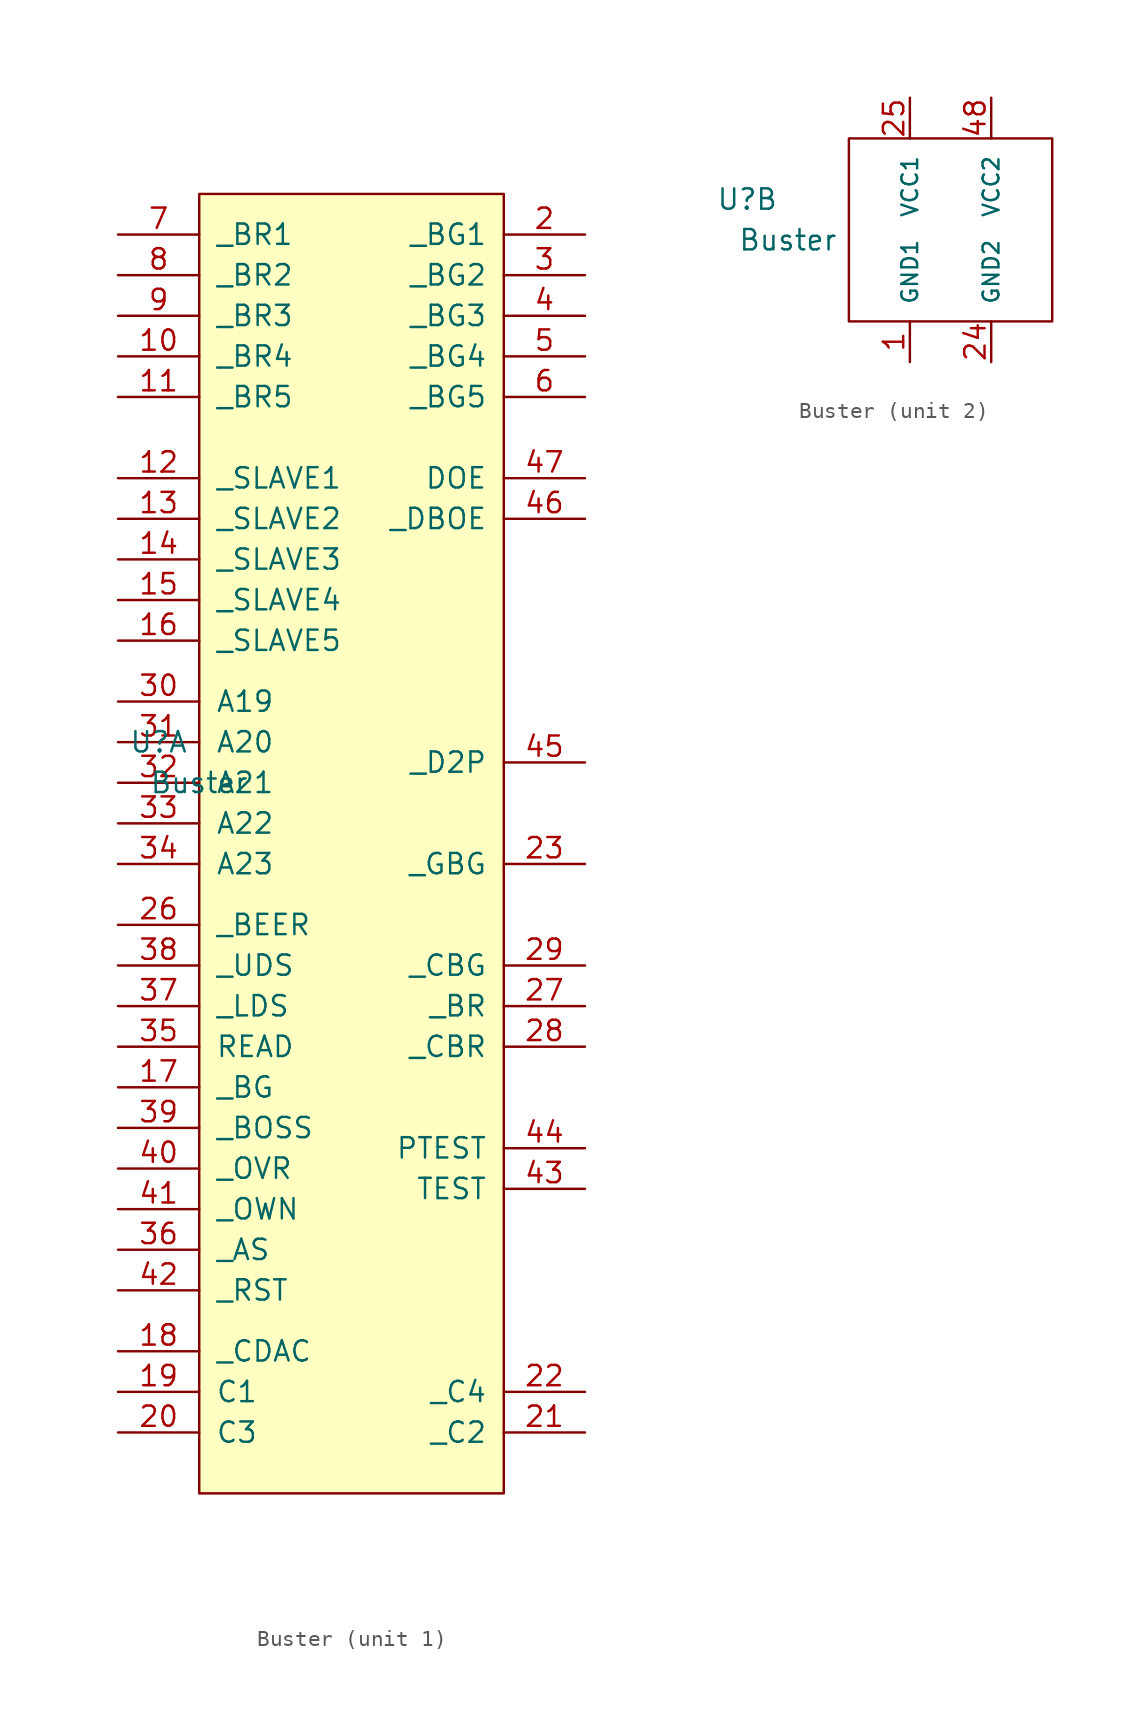
<source format=kicad_sym>
(kicad_symbol_lib
  (version 20220914)
  (generator kicad_symbol_editor)
  (symbol "Buster"
    (pin_names
      (offset 1.016))
    (property "Reference" "U"
      (at -12.7 2.54 0)
      (effects (font (size 1.27 1.27))))
    (property "Value" "Buster"
      (at -10.16 0 0)
      (effects (font (size 1.27 1.27))))
    (property "ki_locked" ""
      (at 0 0 0)
      (effects (font (size 1.27 1.27))))
    (symbol "Buster_1_1"
      (rectangle (start -10.16 36.83) (end 8.89 -44.45) (stroke (width 0) (type solid)) (fill (type background)))
      (pin input line (at -15.24 26.67 0) (length 5.08) (name "_BR4" (effects (font (size 1.27 1.27)))) (number "10" (effects (font (size 1.27 1.27)))))
      (pin input line (at -15.24 24.13 0) (length 5.08) (name "_BR5" (effects (font (size 1.27 1.27)))) (number "11" (effects (font (size 1.27 1.27)))))
      (pin input line (at -15.24 19.05 0) (length 5.08) (name "_SLAVE1" (effects (font (size 1.27 1.27)))) (number "12" (effects (font (size 1.27 1.27)))))
      (pin input line (at -15.24 16.51 0) (length 5.08) (name "_SLAVE2" (effects (font (size 1.27 1.27)))) (number "13" (effects (font (size 1.27 1.27)))))
      (pin input line (at -15.24 13.97 0) (length 5.08) (name "_SLAVE3" (effects (font (size 1.27 1.27)))) (number "14" (effects (font (size 1.27 1.27)))))
      (pin input line (at -15.24 11.43 0) (length 5.08) (name "_SLAVE4" (effects (font (size 1.27 1.27)))) (number "15" (effects (font (size 1.27 1.27)))))
      (pin input line (at -15.24 8.89 0) (length 5.08) (name "_SLAVE5" (effects (font (size 1.27 1.27)))) (number "16" (effects (font (size 1.27 1.27)))))
      (pin input line (at -15.24 -19.05 0) (length 5.08) (name "_BG" (effects (font (size 1.27 1.27)))) (number "17" (effects (font (size 1.27 1.27)))))
      (pin input line (at -15.24 -35.56 0) (length 5.08) (name "_CDAC" (effects (font (size 1.27 1.27)))) (number "18" (effects (font (size 1.27 1.27)))))
      (pin input line (at -15.24 -38.1 0) (length 5.08) (name "C1" (effects (font (size 1.27 1.27)))) (number "19" (effects (font (size 1.27 1.27)))))
      (pin output line (at 13.97 34.29 180) (length 5.08) (name "_BG1" (effects (font (size 1.27 1.27)))) (number "2" (effects (font (size 1.27 1.27)))))
      (pin input line (at -15.24 -40.64 0) (length 5.08) (name "C3" (effects (font (size 1.27 1.27)))) (number "20" (effects (font (size 1.27 1.27)))))
      (pin output line (at 13.97 -40.64 180) (length 5.08) (name "_C2" (effects (font (size 1.27 1.27)))) (number "21" (effects (font (size 1.27 1.27)))))
      (pin output line (at 13.97 -38.1 180) (length 5.08) (name "_C4" (effects (font (size 1.27 1.27)))) (number "22" (effects (font (size 1.27 1.27)))))
      (pin output line (at 13.97 -5.08 180) (length 5.08) (name "_GBG" (effects (font (size 1.27 1.27)))) (number "23" (effects (font (size 1.27 1.27)))))
      (pin input line (at -15.24 -8.89 0) (length 5.08) (name "_BEER" (effects (font (size 1.27 1.27)))) (number "26" (effects (font (size 1.27 1.27)))))
      (pin output line (at 13.97 -13.97 180) (length 5.08) (name "_BR" (effects (font (size 1.27 1.27)))) (number "27" (effects (font (size 1.27 1.27)))))
      (pin bidirectional line (at 13.97 -16.51 180) (length 5.08) (name "_CBR" (effects (font (size 1.27 1.27)))) (number "28" (effects (font (size 1.27 1.27)))))
      (pin bidirectional line (at 13.97 -11.43 180) (length 5.08) (name "_CBG" (effects (font (size 1.27 1.27)))) (number "29" (effects (font (size 1.27 1.27)))))
      (pin output line (at 13.97 31.75 180) (length 5.08) (name "_BG2" (effects (font (size 1.27 1.27)))) (number "3" (effects (font (size 1.27 1.27)))))
      (pin input line (at -15.24 5.08 0) (length 5.08) (name "A19" (effects (font (size 1.27 1.27)))) (number "30" (effects (font (size 1.27 1.27)))))
      (pin input line (at -15.24 2.54 0) (length 5.08) (name "A20" (effects (font (size 1.27 1.27)))) (number "31" (effects (font (size 1.27 1.27)))))
      (pin input line (at -15.24 0 0) (length 5.08) (name "A21" (effects (font (size 1.27 1.27)))) (number "32" (effects (font (size 1.27 1.27)))))
      (pin input line (at -15.24 -2.54 0) (length 5.08) (name "A22" (effects (font (size 1.27 1.27)))) (number "33" (effects (font (size 1.27 1.27)))))
      (pin input line (at -15.24 -5.08 0) (length 5.08) (name "A23" (effects (font (size 1.27 1.27)))) (number "34" (effects (font (size 1.27 1.27)))))
      (pin input line (at -15.24 -16.51 0) (length 5.08) (name "READ" (effects (font (size 1.27 1.27)))) (number "35" (effects (font (size 1.27 1.27)))))
      (pin input line (at -15.24 -29.21 0) (length 5.08) (name "_AS" (effects (font (size 1.27 1.27)))) (number "36" (effects (font (size 1.27 1.27)))))
      (pin input line (at -15.24 -13.97 0) (length 5.08) (name "_LDS" (effects (font (size 1.27 1.27)))) (number "37" (effects (font (size 1.27 1.27)))))
      (pin input line (at -15.24 -11.43 0) (length 5.08) (name "_UDS" (effects (font (size 1.27 1.27)))) (number "38" (effects (font (size 1.27 1.27)))))
      (pin input line (at -15.24 -21.59 0) (length 5.08) (name "_BOSS" (effects (font (size 1.27 1.27)))) (number "39" (effects (font (size 1.27 1.27)))))
      (pin output line (at 13.97 29.21 180) (length 5.08) (name "_BG3" (effects (font (size 1.27 1.27)))) (number "4" (effects (font (size 1.27 1.27)))))
      (pin input line (at -15.24 -24.13 0) (length 5.08) (name "_OVR" (effects (font (size 1.27 1.27)))) (number "40" (effects (font (size 1.27 1.27)))))
      (pin input line (at -15.24 -26.67 0) (length 5.08) (name "_OWN" (effects (font (size 1.27 1.27)))) (number "41" (effects (font (size 1.27 1.27)))))
      (pin input line (at -15.24 -31.75 0) (length 5.08) (name "_RST" (effects (font (size 1.27 1.27)))) (number "42" (effects (font (size 1.27 1.27)))))
      (pin passive line (at 13.97 -25.4 180) (length 5.08) (name "TEST" (effects (font (size 1.27 1.27)))) (number "43" (effects (font (size 1.27 1.27)))))
      (pin passive line (at 13.97 -22.86 180) (length 5.08) (name "PTEST" (effects (font (size 1.27 1.27)))) (number "44" (effects (font (size 1.27 1.27)))))
      (pin output line (at 13.97 1.27 180) (length 5.08) (name "_D2P" (effects (font (size 1.27 1.27)))) (number "45" (effects (font (size 1.27 1.27)))))
      (pin output line (at 13.97 16.51 180) (length 5.08) (name "_DBOE" (effects (font (size 1.27 1.27)))) (number "46" (effects (font (size 1.27 1.27)))))
      (pin output line (at 13.97 19.05 180) (length 5.08) (name "DOE" (effects (font (size 1.27 1.27)))) (number "47" (effects (font (size 1.27 1.27)))))
      (pin output line (at 13.97 26.67 180) (length 5.08) (name "_BG4" (effects (font (size 1.27 1.27)))) (number "5" (effects (font (size 1.27 1.27)))))
      (pin output line (at 13.97 24.13 180) (length 5.08) (name "_BG5" (effects (font (size 1.27 1.27)))) (number "6" (effects (font (size 1.27 1.27)))))
      (pin input line (at -15.24 34.29 0) (length 5.08) (name "_BR1" (effects (font (size 1.27 1.27)))) (number "7" (effects (font (size 1.27 1.27)))))
      (pin input line (at -15.24 31.75 0) (length 5.08) (name "_BR2" (effects (font (size 1.27 1.27)))) (number "8" (effects (font (size 1.27 1.27)))))
      (pin input line (at -15.24 29.21 0) (length 5.08) (name "_BR3" (effects (font (size 1.27 1.27)))) (number "9" (effects (font (size 1.27 1.27))))))
    (symbol "Buster_2_1"
      (rectangle (start -6.35 6.35) (end 6.35 -5.08) (stroke (width 0) (type solid)) (fill (type none)))
      (pin power_in line (at -2.54 -7.62 90) (length 2.54) (name "GND1" (effects (font (size 0.991 0.991)))) (number "1" (effects (font (size 1.27 1.27)))))
      (pin power_in line (at 2.54 -7.62 90) (length 2.54) (name "GND2" (effects (font (size 0.991 0.991)))) (number "24" (effects (font (size 1.27 1.27)))))
      (pin power_in line (at -2.54 8.89 270) (length 2.54) (name "VCC1" (effects (font (size 0.991 0.991)))) (number "25" (effects (font (size 1.27 1.27)))))
      (pin power_in line (at 2.54 8.89 270) (length 2.54) (name "VCC2" (effects (font (size 0.991 0.991)))) (number "48" (effects (font (size 1.27 1.27))))))))
</source>
